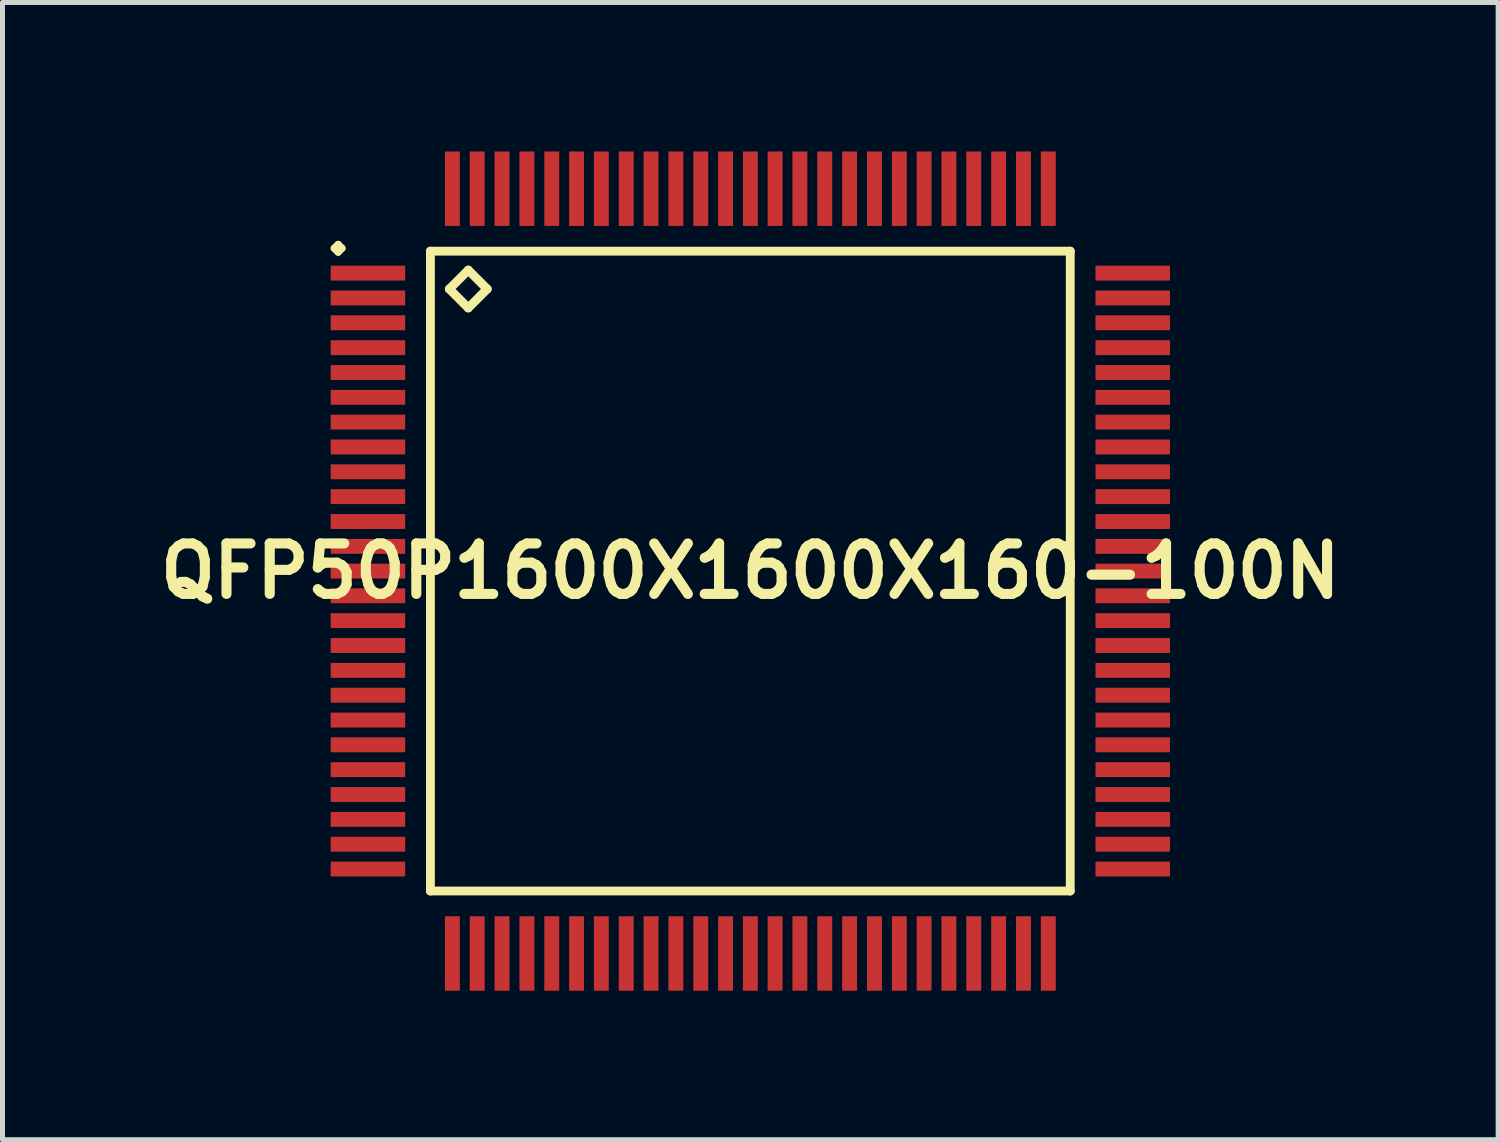
<source format=kicad_pcb>
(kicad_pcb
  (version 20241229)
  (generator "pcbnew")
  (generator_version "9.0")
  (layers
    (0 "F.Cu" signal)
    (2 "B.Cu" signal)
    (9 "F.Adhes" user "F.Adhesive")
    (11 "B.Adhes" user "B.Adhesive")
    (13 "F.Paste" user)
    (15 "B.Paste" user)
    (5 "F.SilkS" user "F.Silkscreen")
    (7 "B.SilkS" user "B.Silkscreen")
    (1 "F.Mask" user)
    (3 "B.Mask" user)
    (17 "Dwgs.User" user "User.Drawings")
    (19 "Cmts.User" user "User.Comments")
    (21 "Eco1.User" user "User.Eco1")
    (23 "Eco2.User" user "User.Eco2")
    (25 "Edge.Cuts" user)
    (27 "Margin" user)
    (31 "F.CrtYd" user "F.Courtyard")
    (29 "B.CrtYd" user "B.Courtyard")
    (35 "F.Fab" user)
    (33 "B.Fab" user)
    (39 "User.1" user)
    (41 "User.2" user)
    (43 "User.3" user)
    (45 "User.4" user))
  (footprint "QFP50P1600X1600X160-100N"
    (layer "F.Cu")
    (at 12.057 8.448)
    (property "Reference" "QFP50P1600X1600X160-100N" (at 0 0 0) (layer "F.SilkS") (effects (font (size 1.016 1.016) (thickness 0.203))))
    (attr smd)
    (fp_line (start -8.374 -6.5) (end -8.298 -6.574) (stroke (width 0.15) (type solid)) (layer "F.SilkS"))
    (fp_line (start -8.298 -6.574) (end -8.225 -6.5) (stroke (width 0.15) (type solid)) (layer "F.SilkS"))
    (fp_line (start -8.298 -6.424) (end -8.374 -6.5) (stroke (width 0.15) (type solid)) (layer "F.SilkS"))
    (fp_line (start -8.225 -6.5) (end -8.298 -6.424) (stroke (width 0.15) (type solid)) (layer "F.SilkS"))
    (fp_line (start -6.441 -6.441) (end -6.441 6.441) (stroke (width 0.178) (type solid)) (layer "F.SilkS"))
    (fp_line (start -6.441 6.441) (end 6.441 6.441) (stroke (width 0.178) (type solid)) (layer "F.SilkS"))
    (fp_line (start -6.06 -5.679) (end -5.679 -6.06) (stroke (width 0.178) (type solid)) (layer "F.SilkS"))
    (fp_line (start -5.679 -6.06) (end -5.298 -5.679) (stroke (width 0.178) (type solid)) (layer "F.SilkS"))
    (fp_line (start -5.679 -5.298) (end -6.06 -5.679) (stroke (width 0.178) (type solid)) (layer "F.SilkS"))
    (fp_line (start -5.298 -5.679) (end -5.679 -5.298) (stroke (width 0.178) (type solid)) (layer "F.SilkS"))
    (fp_line (start 6.441 -6.441) (end -6.441 -6.441) (stroke (width 0.178) (type solid)) (layer "F.SilkS"))
    (fp_line (start 6.441 6.441) (end 6.441 -6.441) (stroke (width 0.178) (type solid)) (layer "F.SilkS"))
    (pad "1" smd rect (at -7.699 -5.999) (size 1.499 0.3) (layers "F.Cu" "F.Mask" "F.Paste"))
    (pad "2" smd rect (at -7.699 -5.499) (size 1.499 0.3) (layers "F.Cu" "F.Mask" "F.Paste"))
    (pad "3" smd rect (at -7.699 -4.999) (size 1.499 0.3) (layers "F.Cu" "F.Mask" "F.Paste"))
    (pad "4" smd rect (at -7.699 -4.498) (size 1.499 0.3) (layers "F.Cu" "F.Mask" "F.Paste"))
    (pad "5" smd rect (at -7.699 -3.998) (size 1.499 0.3) (layers "F.Cu" "F.Mask" "F.Paste"))
    (pad "6" smd rect (at -7.699 -3.498) (size 1.499 0.3) (layers "F.Cu" "F.Mask" "F.Paste"))
    (pad "7" smd rect (at -7.699 -3) (size 1.499 0.3) (layers "F.Cu" "F.Mask" "F.Paste"))
    (pad "8" smd rect (at -7.699 -2.499) (size 1.499 0.3) (layers "F.Cu" "F.Mask" "F.Paste"))
    (pad "9" smd rect (at -7.699 -1.999) (size 1.499 0.3) (layers "F.Cu" "F.Mask" "F.Paste"))
    (pad "10" smd rect (at -7.699 -1.499) (size 1.499 0.3) (layers "F.Cu" "F.Mask" "F.Paste"))
    (pad "11" smd rect (at -7.699 -0.998) (size 1.499 0.3) (layers "F.Cu" "F.Mask" "F.Paste"))
    (pad "12" smd rect (at -7.699 -0.498) (size 1.499 0.3) (layers "F.Cu" "F.Mask" "F.Paste"))
    (pad "13" smd rect (at -7.699 0) (size 1.499 0.3) (layers "F.Cu" "F.Mask" "F.Paste"))
    (pad "14" smd rect (at -7.699 0.498) (size 1.499 0.3) (layers "F.Cu" "F.Mask" "F.Paste"))
    (pad "15" smd rect (at -7.699 0.998) (size 1.499 0.3) (layers "F.Cu" "F.Mask" "F.Paste"))
    (pad "16" smd rect (at -7.699 1.499) (size 1.499 0.3) (layers "F.Cu" "F.Mask" "F.Paste"))
    (pad "17" smd rect (at -7.699 1.999) (size 1.499 0.3) (layers "F.Cu" "F.Mask" "F.Paste"))
    (pad "18" smd rect (at -7.699 2.499) (size 1.499 0.3) (layers "F.Cu" "F.Mask" "F.Paste"))
    (pad "19" smd rect (at -7.699 3) (size 1.499 0.3) (layers "F.Cu" "F.Mask" "F.Paste"))
    (pad "20" smd rect (at -7.699 3.498) (size 1.499 0.3) (layers "F.Cu" "F.Mask" "F.Paste"))
    (pad "21" smd rect (at -7.699 3.998) (size 1.499 0.3) (layers "F.Cu" "F.Mask" "F.Paste"))
    (pad "22" smd rect (at -7.699 4.498) (size 1.499 0.3) (layers "F.Cu" "F.Mask" "F.Paste"))
    (pad "23" smd rect (at -7.699 4.999) (size 1.499 0.3) (layers "F.Cu" "F.Mask" "F.Paste"))
    (pad "24" smd rect (at -7.699 5.499) (size 1.499 0.3) (layers "F.Cu" "F.Mask" "F.Paste"))
    (pad "25" smd rect (at -7.699 5.999) (size 1.499 0.3) (layers "F.Cu" "F.Mask" "F.Paste"))
    (pad "26" smd rect (at -5.999 7.699) (size 0.3 1.499) (layers "F.Cu" "F.Mask" "F.Paste"))
    (pad "27" smd rect (at -5.499 7.699) (size 0.3 1.499) (layers "F.Cu" "F.Mask" "F.Paste"))
    (pad "28" smd rect (at -4.999 7.699) (size 0.3 1.499) (layers "F.Cu" "F.Mask" "F.Paste"))
    (pad "29" smd rect (at -4.498 7.699) (size 0.3 1.499) (layers "F.Cu" "F.Mask" "F.Paste"))
    (pad "30" smd rect (at -3.998 7.699) (size 0.3 1.499) (layers "F.Cu" "F.Mask" "F.Paste"))
    (pad "31" smd rect (at -3.498 7.699) (size 0.3 1.499) (layers "F.Cu" "F.Mask" "F.Paste"))
    (pad "32" smd rect (at -3 7.699) (size 0.3 1.499) (layers "F.Cu" "F.Mask" "F.Paste"))
    (pad "33" smd rect (at -2.499 7.699) (size 0.3 1.499) (layers "F.Cu" "F.Mask" "F.Paste"))
    (pad "34" smd rect (at -1.999 7.699) (size 0.3 1.499) (layers "F.Cu" "F.Mask" "F.Paste"))
    (pad "35" smd rect (at -1.499 7.699) (size 0.3 1.499) (layers "F.Cu" "F.Mask" "F.Paste"))
    (pad "36" smd rect (at -0.998 7.699) (size 0.3 1.499) (layers "F.Cu" "F.Mask" "F.Paste"))
    (pad "37" smd rect (at -0.498 7.699) (size 0.3 1.499) (layers "F.Cu" "F.Mask" "F.Paste"))
    (pad "38" smd rect (at 0 7.699) (size 0.3 1.499) (layers "F.Cu" "F.Mask" "F.Paste"))
    (pad "39" smd rect (at 0.498 7.699) (size 0.3 1.499) (layers "F.Cu" "F.Mask" "F.Paste"))
    (pad "40" smd rect (at 0.998 7.699) (size 0.3 1.499) (layers "F.Cu" "F.Mask" "F.Paste"))
    (pad "41" smd rect (at 1.499 7.699) (size 0.3 1.499) (layers "F.Cu" "F.Mask" "F.Paste"))
    (pad "42" smd rect (at 1.999 7.699) (size 0.3 1.499) (layers "F.Cu" "F.Mask" "F.Paste"))
    (pad "43" smd rect (at 2.499 7.699) (size 0.3 1.499) (layers "F.Cu" "F.Mask" "F.Paste"))
    (pad "44" smd rect (at 3 7.699) (size 0.3 1.499) (layers "F.Cu" "F.Mask" "F.Paste"))
    (pad "45" smd rect (at 3.498 7.699) (size 0.3 1.499) (layers "F.Cu" "F.Mask" "F.Paste"))
    (pad "46" smd rect (at 3.998 7.699) (size 0.3 1.499) (layers "F.Cu" "F.Mask" "F.Paste"))
    (pad "47" smd rect (at 4.498 7.699) (size 0.3 1.499) (layers "F.Cu" "F.Mask" "F.Paste"))
    (pad "48" smd rect (at 4.999 7.699) (size 0.3 1.499) (layers "F.Cu" "F.Mask" "F.Paste"))
    (pad "49" smd rect (at 5.499 7.699) (size 0.3 1.499) (layers "F.Cu" "F.Mask" "F.Paste"))
    (pad "50" smd rect (at 5.999 7.699) (size 0.3 1.499) (layers "F.Cu" "F.Mask" "F.Paste"))
    (pad "51" smd rect (at 7.699 5.999) (size 1.499 0.3) (layers "F.Cu" "F.Mask" "F.Paste"))
    (pad "52" smd rect (at 7.699 5.499) (size 1.499 0.3) (layers "F.Cu" "F.Mask" "F.Paste"))
    (pad "53" smd rect (at 7.699 4.999) (size 1.499 0.3) (layers "F.Cu" "F.Mask" "F.Paste"))
    (pad "54" smd rect (at 7.699 4.498) (size 1.499 0.3) (layers "F.Cu" "F.Mask" "F.Paste"))
    (pad "55" smd rect (at 7.699 3.998) (size 1.499 0.3) (layers "F.Cu" "F.Mask" "F.Paste"))
    (pad "56" smd rect (at 7.699 3.498) (size 1.499 0.3) (layers "F.Cu" "F.Mask" "F.Paste"))
    (pad "57" smd rect (at 7.699 3) (size 1.499 0.3) (layers "F.Cu" "F.Mask" "F.Paste"))
    (pad "58" smd rect (at 7.699 2.499) (size 1.499 0.3) (layers "F.Cu" "F.Mask" "F.Paste"))
    (pad "59" smd rect (at 7.699 1.999) (size 1.499 0.3) (layers "F.Cu" "F.Mask" "F.Paste"))
    (pad "60" smd rect (at 7.699 1.499) (size 1.499 0.3) (layers "F.Cu" "F.Mask" "F.Paste"))
    (pad "61" smd rect (at 7.699 0.998) (size 1.499 0.3) (layers "F.Cu" "F.Mask" "F.Paste"))
    (pad "62" smd rect (at 7.699 0.498) (size 1.499 0.3) (layers "F.Cu" "F.Mask" "F.Paste"))
    (pad "63" smd rect (at 7.699 0) (size 1.499 0.3) (layers "F.Cu" "F.Mask" "F.Paste"))
    (pad "64" smd rect (at 7.699 -0.498) (size 1.499 0.3) (layers "F.Cu" "F.Mask" "F.Paste"))
    (pad "65" smd rect (at 7.699 -0.998) (size 1.499 0.3) (layers "F.Cu" "F.Mask" "F.Paste"))
    (pad "66" smd rect (at 7.699 -1.499) (size 1.499 0.3) (layers "F.Cu" "F.Mask" "F.Paste"))
    (pad "67" smd rect (at 7.699 -1.999) (size 1.499 0.3) (layers "F.Cu" "F.Mask" "F.Paste"))
    (pad "68" smd rect (at 7.699 -2.499) (size 1.499 0.3) (layers "F.Cu" "F.Mask" "F.Paste"))
    (pad "69" smd rect (at 7.699 -3) (size 1.499 0.3) (layers "F.Cu" "F.Mask" "F.Paste"))
    (pad "70" smd rect (at 7.699 -3.498) (size 1.499 0.3) (layers "F.Cu" "F.Mask" "F.Paste"))
    (pad "71" smd rect (at 7.699 -3.998) (size 1.499 0.3) (layers "F.Cu" "F.Mask" "F.Paste"))
    (pad "72" smd rect (at 7.699 -4.498) (size 1.499 0.3) (layers "F.Cu" "F.Mask" "F.Paste"))
    (pad "73" smd rect (at 7.699 -4.999) (size 1.499 0.3) (layers "F.Cu" "F.Mask" "F.Paste"))
    (pad "74" smd rect (at 7.699 -5.499) (size 1.499 0.3) (layers "F.Cu" "F.Mask" "F.Paste"))
    (pad "75" smd rect (at 7.699 -5.999) (size 1.499 0.3) (layers "F.Cu" "F.Mask" "F.Paste"))
    (pad "76" smd rect (at 5.999 -7.699) (size 0.3 1.499) (layers "F.Cu" "F.Mask" "F.Paste"))
    (pad "77" smd rect (at 5.499 -7.699) (size 0.3 1.499) (layers "F.Cu" "F.Mask" "F.Paste"))
    (pad "78" smd rect (at 4.999 -7.699) (size 0.3 1.499) (layers "F.Cu" "F.Mask" "F.Paste"))
    (pad "79" smd rect (at 4.498 -7.699) (size 0.3 1.499) (layers "F.Cu" "F.Mask" "F.Paste"))
    (pad "80" smd rect (at 3.998 -7.699) (size 0.3 1.499) (layers "F.Cu" "F.Mask" "F.Paste"))
    (pad "81" smd rect (at 3.498 -7.699) (size 0.3 1.499) (layers "F.Cu" "F.Mask" "F.Paste"))
    (pad "82" smd rect (at 3 -7.699) (size 0.3 1.499) (layers "F.Cu" "F.Mask" "F.Paste"))
    (pad "83" smd rect (at 2.499 -7.699) (size 0.3 1.499) (layers "F.Cu" "F.Mask" "F.Paste"))
    (pad "84" smd rect (at 1.999 -7.699) (size 0.3 1.499) (layers "F.Cu" "F.Mask" "F.Paste"))
    (pad "85" smd rect (at 1.499 -7.699) (size 0.3 1.499) (layers "F.Cu" "F.Mask" "F.Paste"))
    (pad "86" smd rect (at 0.998 -7.699) (size 0.3 1.499) (layers "F.Cu" "F.Mask" "F.Paste"))
    (pad "87" smd rect (at 0.498 -7.699) (size 0.3 1.499) (layers "F.Cu" "F.Mask" "F.Paste"))
    (pad "88" smd rect (at 0 -7.699) (size 0.3 1.499) (layers "F.Cu" "F.Mask" "F.Paste"))
    (pad "89" smd rect (at -0.498 -7.699) (size 0.3 1.499) (layers "F.Cu" "F.Mask" "F.Paste"))
    (pad "90" smd rect (at -0.998 -7.699) (size 0.3 1.499) (layers "F.Cu" "F.Mask" "F.Paste"))
    (pad "91" smd rect (at -1.499 -7.699) (size 0.3 1.499) (layers "F.Cu" "F.Mask" "F.Paste"))
    (pad "92" smd rect (at -1.999 -7.699) (size 0.3 1.499) (layers "F.Cu" "F.Mask" "F.Paste"))
    (pad "93" smd rect (at -2.499 -7.699) (size 0.3 1.499) (layers "F.Cu" "F.Mask" "F.Paste"))
    (pad "94" smd rect (at -3 -7.699) (size 0.3 1.499) (layers "F.Cu" "F.Mask" "F.Paste"))
    (pad "95" smd rect (at -3.498 -7.699) (size 0.3 1.499) (layers "F.Cu" "F.Mask" "F.Paste"))
    (pad "96" smd rect (at -3.998 -7.699) (size 0.3 1.499) (layers "F.Cu" "F.Mask" "F.Paste"))
    (pad "97" smd rect (at -4.498 -7.699) (size 0.3 1.499) (layers "F.Cu" "F.Mask" "F.Paste"))
    (pad "98" smd rect (at -4.999 -7.699) (size 0.3 1.499) (layers "F.Cu" "F.Mask" "F.Paste"))
    (pad "99" smd rect (at -5.499 -7.699) (size 0.3 1.499) (layers "F.Cu" "F.Mask" "F.Paste"))
    (pad "100" smd rect (at -5.999 -7.699) (size 0.3 1.499) (layers "F.Cu" "F.Mask" "F.Paste")))
  (gr_rect
    (start -3 -3)
    (end 27.113 19.896)
    (stroke (width 0.1) (type default))
    (fill no)
    (layer "Edge.Cuts")))
</source>
